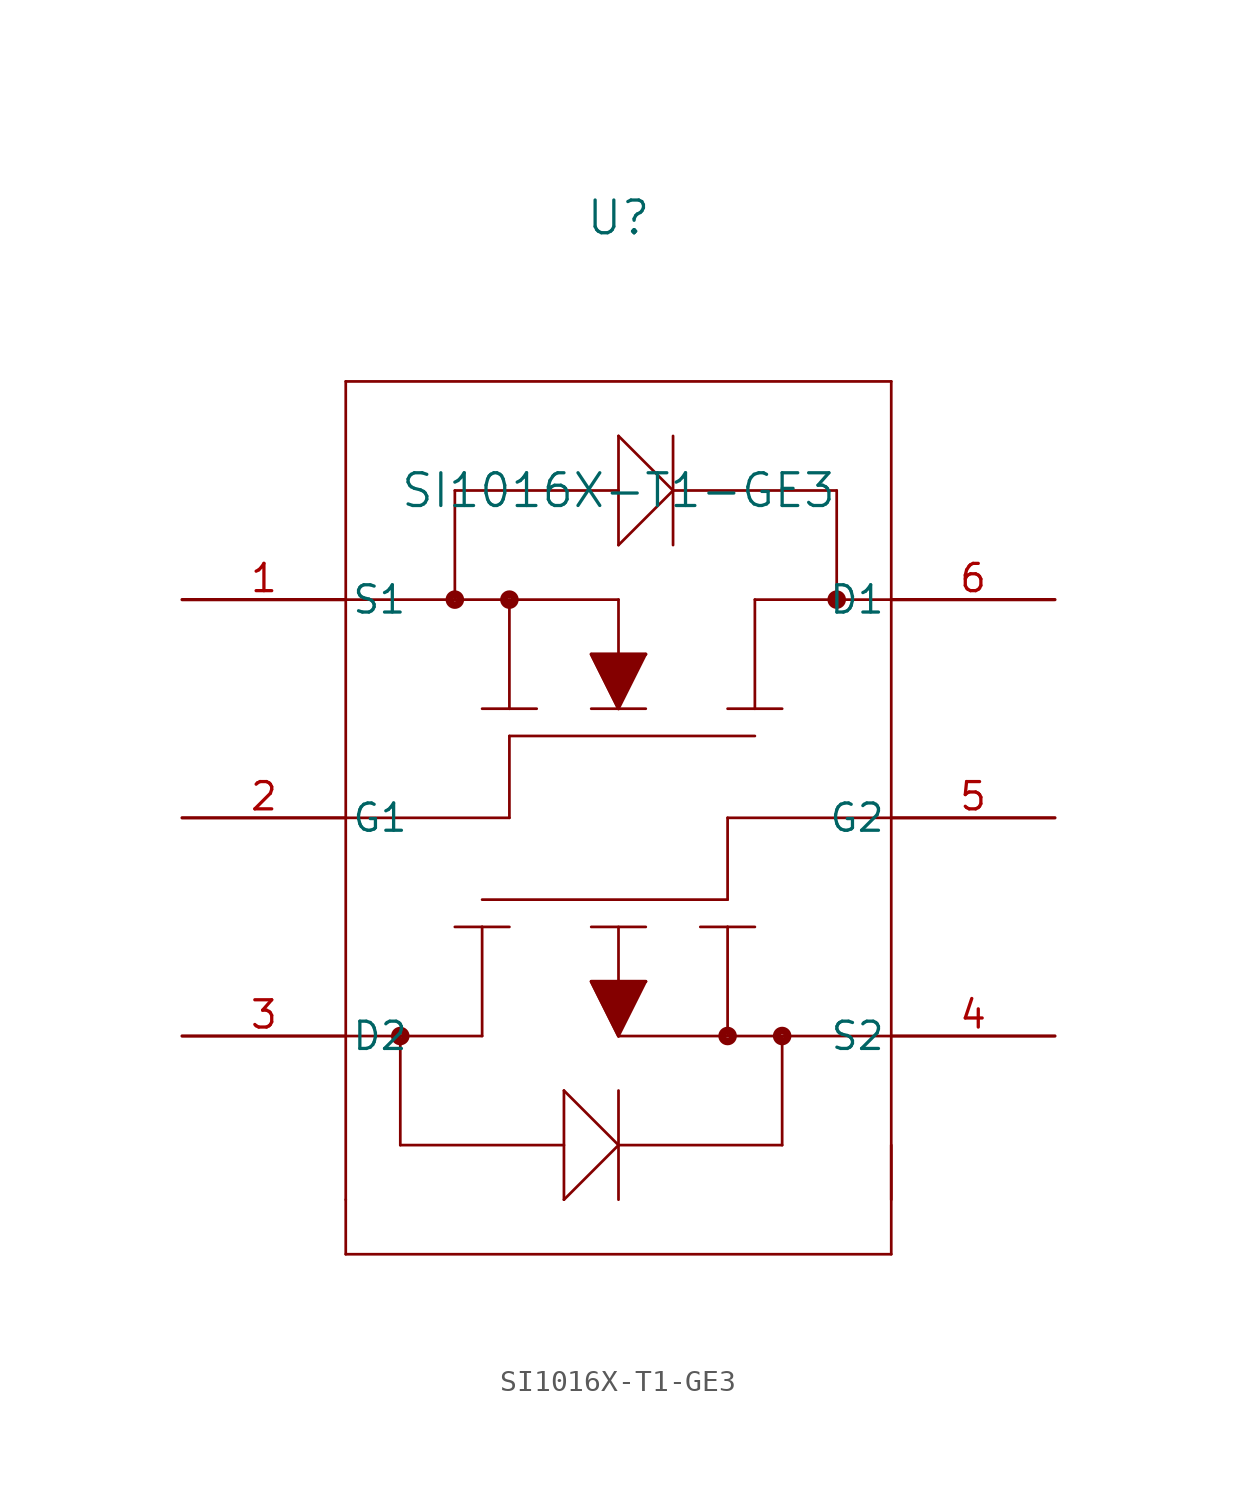
<source format=kicad_sym>
(kicad_symbol_lib
  (version 20211014)
  (generator kicad_symbol_editor)
  (symbol "SI1016X-T1-GE3"
    (pin_names
      (offset 0.254))
    (property "Reference" "U"
      (at 20.32 17.78 0)
      (effects (font (size 1.524 1.524))))
    (property "Value" "SI1016X-T1-GE3"
      (at 20.32 5.08 0)
      (effects (font (size 1.524 1.524))))
    (symbol "SI1016X-T1-GE3_0_1"
      (polyline (pts (xy 7.62 0) (xy 20.32 0)) (stroke (width 0.127) (type default) (color 0 0 0 0)) (fill (type none)))
      (polyline (pts (xy 20.32 0) (xy 20.32 -5.08)) (stroke (width 0.127) (type default) (color 0 0 0 0)) (fill (type none)))
      (polyline (pts (xy 19.05 -5.08) (xy 21.59 -5.08)) (stroke (width 0.127) (type default) (color 0 0 0 0)) (fill (type none)))
      (polyline (pts (xy 30.48 0) (xy 26.67 0)) (stroke (width 0.127) (type default) (color 0 0 0 0)) (fill (type none)))
      (polyline (pts (xy 12.7 0) (xy 12.7 5.08)) (stroke (width 0.127) (type default) (color 0 0 0 0)) (fill (type none)))
      (polyline (pts (xy 12.7 5.08) (xy 20.32 5.08)) (stroke (width 0.127) (type default) (color 0 0 0 0)) (fill (type none)))
      (polyline (pts (xy 20.32 2.54) (xy 20.32 7.62)) (stroke (width 0.127) (type default) (color 0 0 0 0)) (fill (type none)))
      (polyline (pts (xy 20.32 7.62) (xy 22.86 5.08)) (stroke (width 0.127) (type default) (color 0 0 0 0)) (fill (type none)))
      (polyline (pts (xy 20.32 2.54) (xy 22.86 5.08)) (stroke (width 0.127) (type default) (color 0 0 0 0)) (fill (type none)))
      (polyline (pts (xy 22.86 2.54) (xy 22.86 7.62)) (stroke (width 0.127) (type default) (color 0 0 0 0)) (fill (type none)))
      (polyline (pts (xy 22.86 5.08) (xy 30.48 5.08)) (stroke (width 0.127) (type default) (color 0 0 0 0)) (fill (type none)))
      (polyline (pts (xy 30.48 5.08) (xy 30.48 0)) (stroke (width 0.127) (type default) (color 0 0 0 0)) (fill (type none)))
      (polyline (pts (xy 30.48 0) (xy 33.02 0)) (stroke (width 0.127) (type default) (color 0 0 0 0)) (fill (type none)))
      (polyline (pts (xy 26.67 0) (xy 26.67 -5.08)) (stroke (width 0.127) (type default) (color 0 0 0 0)) (fill (type none)))
      (polyline (pts (xy 26.67 -5.08) (xy 25.4 -5.08)) (stroke (width 0.127) (type default) (color 0 0 0 0)) (fill (type none)))
      (polyline (pts (xy 26.67 -5.08) (xy 27.94 -5.08)) (stroke (width 0.127) (type default) (color 0 0 0 0)) (fill (type none)))
      (polyline (pts (xy 15.24 0) (xy 15.24 -5.08)) (stroke (width 0.127) (type default) (color 0 0 0 0)) (fill (type none)))
      (polyline (pts (xy 15.24 -5.08) (xy 16.51 -5.08)) (stroke (width 0.127) (type default) (color 0 0 0 0)) (fill (type none)))
      (polyline (pts (xy 15.24 -5.08) (xy 13.97 -5.08)) (stroke (width 0.127) (type default) (color 0 0 0 0)) (fill (type none)))
      (polyline (pts (xy 7.62 -10.16) (xy 15.24 -10.16)) (stroke (width 0.127) (type default) (color 0 0 0 0)) (fill (type none)))
      (polyline (pts (xy 15.24 -10.16) (xy 15.24 -6.35)) (stroke (width 0.127) (type default) (color 0 0 0 0)) (fill (type none)))
      (polyline (pts (xy 15.24 -6.35) (xy 26.67 -6.35)) (stroke (width 0.127) (type default) (color 0 0 0 0)) (fill (type none)))
      (polyline (pts (xy 20.32 -5.08) (xy 19.05 -2.54)) (stroke (width 0.127) (type default) (color 0 0 0 0)) (fill (type none)))
      (polyline (pts (xy 20.32 -5.08) (xy 21.59 -2.54)) (stroke (width 0.127) (type default) (color 0 0 0 0)) (fill (type none)))
      (polyline (pts (xy 19.05 -2.54) (xy 21.59 -2.54)) (stroke (width 0.127) (type default) (color 0 0 0 0)) (fill (type none)))
      (polyline (pts (xy 20.32 -5.08) (xy 19.05 -2.54) (xy 21.59 -2.54)) (stroke (width 0) (type default) (color 0 0 0 0)) (fill (type outline)))
      (polyline (pts (xy 10.16 -20.32) (xy 13.97 -20.32)) (stroke (width 0.127) (type default) (color 0 0 0 0)) (fill (type none)))
      (polyline (pts (xy 13.97 -20.32) (xy 13.97 -15.24)) (stroke (width 0.127) (type default) (color 0 0 0 0)) (fill (type none)))
      (polyline (pts (xy 13.97 -15.24) (xy 15.24 -15.24)) (stroke (width 0.127) (type default) (color 0 0 0 0)) (fill (type none)))
      (polyline (pts (xy 13.97 -15.24) (xy 12.7 -15.24)) (stroke (width 0.127) (type default) (color 0 0 0 0)) (fill (type none)))
      (polyline (pts (xy 25.4 -13.97) (xy 13.97 -13.97)) (stroke (width 0.127) (type default) (color 0 0 0 0)) (fill (type none)))
      (polyline (pts (xy 33.02 -20.32) (xy 20.32 -20.32)) (stroke (width 0.127) (type default) (color 0 0 0 0)) (fill (type none)))
      (polyline (pts (xy 20.32 -15.24) (xy 20.32 -20.32)) (stroke (width 0.127) (type default) (color 0 0 0 0)) (fill (type none)))
      (polyline (pts (xy 21.59 -15.24) (xy 19.05 -15.24)) (stroke (width 0.127) (type default) (color 0 0 0 0)) (fill (type none)))
      (polyline (pts (xy 25.4 -20.32) (xy 25.4 -15.24)) (stroke (width 0.127) (type default) (color 0 0 0 0)) (fill (type none)))
      (polyline (pts (xy 25.4 -15.24) (xy 24.13 -15.24)) (stroke (width 0.127) (type default) (color 0 0 0 0)) (fill (type none)))
      (polyline (pts (xy 25.4 -15.24) (xy 26.67 -15.24)) (stroke (width 0.127) (type default) (color 0 0 0 0)) (fill (type none)))
      (polyline (pts (xy 33.02 -10.16) (xy 25.4 -10.16)) (stroke (width 0.127) (type default) (color 0 0 0 0)) (fill (type none)))
      (polyline (pts (xy 25.4 -10.16) (xy 25.4 -13.97)) (stroke (width 0.127) (type default) (color 0 0 0 0)) (fill (type none)))
      (polyline (pts (xy 20.32 -20.32) (xy 19.05 -17.78)) (stroke (width 0.127) (type default) (color 0 0 0 0)) (fill (type none)))
      (polyline (pts (xy 20.32 -20.32) (xy 21.59 -17.78)) (stroke (width 0.127) (type default) (color 0 0 0 0)) (fill (type none)))
      (polyline (pts (xy 19.05 -17.78) (xy 21.59 -17.78)) (stroke (width 0.127) (type default) (color 0 0 0 0)) (fill (type none)))
      (polyline (pts (xy 20.32 -20.32) (xy 19.05 -17.78) (xy 21.59 -17.78)) (stroke (width 0) (type default) (color 0 0 0 0)) (fill (type outline)))
      (polyline (pts (xy 27.94 -20.32) (xy 27.94 -25.4)) (stroke (width 0.127) (type default) (color 0 0 0 0)) (fill (type none)))
      (polyline (pts (xy 27.94 -25.4) (xy 20.32 -25.4)) (stroke (width 0.127) (type default) (color 0 0 0 0)) (fill (type none)))
      (polyline (pts (xy 17.78 -22.86) (xy 17.78 -27.94)) (stroke (width 0.127) (type default) (color 0 0 0 0)) (fill (type none)))
      (polyline (pts (xy 17.78 -22.86) (xy 20.32 -25.4)) (stroke (width 0.127) (type default) (color 0 0 0 0)) (fill (type none)))
      (polyline (pts (xy 20.32 -22.86) (xy 20.32 -27.94)) (stroke (width 0.127) (type default) (color 0 0 0 0)) (fill (type none)))
      (polyline (pts (xy 17.78 -27.94) (xy 20.32 -25.4)) (stroke (width 0.127) (type default) (color 0 0 0 0)) (fill (type none)))
      (polyline (pts (xy 17.78 -25.4) (xy 10.16 -25.4)) (stroke (width 0.127) (type default) (color 0 0 0 0)) (fill (type none)))
      (polyline (pts (xy 10.16 -25.4) (xy 10.16 -20.32)) (stroke (width 0.127) (type default) (color 0 0 0 0)) (fill (type none)))
      (polyline (pts (xy 7.62 -20.32) (xy 10.16 -20.32)) (stroke (width 0.127) (type default) (color 0 0 0 0)) (fill (type none)))
      (polyline (pts (xy 7.62 10.16) (xy 7.62 -27.94)) (stroke (width 0.127) (type default) (color 0 0 0 0)) (fill (type none)))
      (polyline (pts (xy 7.62 10.16) (xy 33.02 10.16)) (stroke (width 0.127) (type default) (color 0 0 0 0)) (fill (type none)))
      (polyline (pts (xy 33.02 10.16) (xy 33.02 -27.94)) (stroke (width 0.127) (type default) (color 0 0 0 0)) (fill (type none)))
      (polyline (pts (xy 33.02 -30.48) (xy 33.02 -25.4)) (stroke (width 0.127) (type default) (color 0 0 0 0)) (fill (type none)))
      (polyline (pts (xy 33.02 -30.48) (xy 7.62 -30.48)) (stroke (width 0.127) (type default) (color 0 0 0 0)) (fill (type none)))
      (polyline (pts (xy 7.62 -30.48) (xy 7.62 -27.94)) (stroke (width 0.127) (type default) (color 0 0 0 0)) (fill (type none)))
      (circle (center 12.7 0) (radius 0.254) (stroke (width 0.356) (type default) (color 0 0 0 0)) (fill (type none)))
      (circle (center 15.24 0) (radius 0.254) (stroke (width 0.356) (type default) (color 0 0 0 0)) (fill (type none)))
      (circle (center 30.48 0) (radius 0.254) (stroke (width 0.356) (type default) (color 0 0 0 0)) (fill (type none)))
      (circle (center 25.4 -20.32) (radius 0.254) (stroke (width 0.356) (type default) (color 0 0 0 0)) (fill (type none)))
      (circle (center 10.16 -20.32) (radius 0.254) (stroke (width 0.356) (type default) (color 0 0 0 0)) (fill (type none)))
      (circle (center 27.94 -20.32) (radius 0.254) (stroke (width 0.356) (type default) (color 0 0 0 0)) (fill (type none)))
      (pin bidirectional line (at 0 0 0) (length 7.62) (name "S1" (effects (font (size 1.27 1.27)))) (number "1" (effects (font (size 1.27 1.27)))))
      (pin bidirectional line (at 0 -10.16 0) (length 7.62) (name "G1" (effects (font (size 1.27 1.27)))) (number "2" (effects (font (size 1.27 1.27)))))
      (pin bidirectional line (at 0 -20.32 0) (length 7.62) (name "D2" (effects (font (size 1.27 1.27)))) (number "3" (effects (font (size 1.27 1.27)))))
      (pin unspecified line (at 40.64 -20.32 180) (length 7.62) (name "S2" (effects (font (size 1.27 1.27)))) (number "4" (effects (font (size 1.27 1.27)))))
      (pin bidirectional line (at 40.64 -10.16 180) (length 7.62) (name "G2" (effects (font (size 1.27 1.27)))) (number "5" (effects (font (size 1.27 1.27)))))
      (pin bidirectional line (at 40.64 0 180) (length 7.62) (name "D1" (effects (font (size 1.27 1.27)))) (number "6" (effects (font (size 1.27 1.27))))))))
</source>
